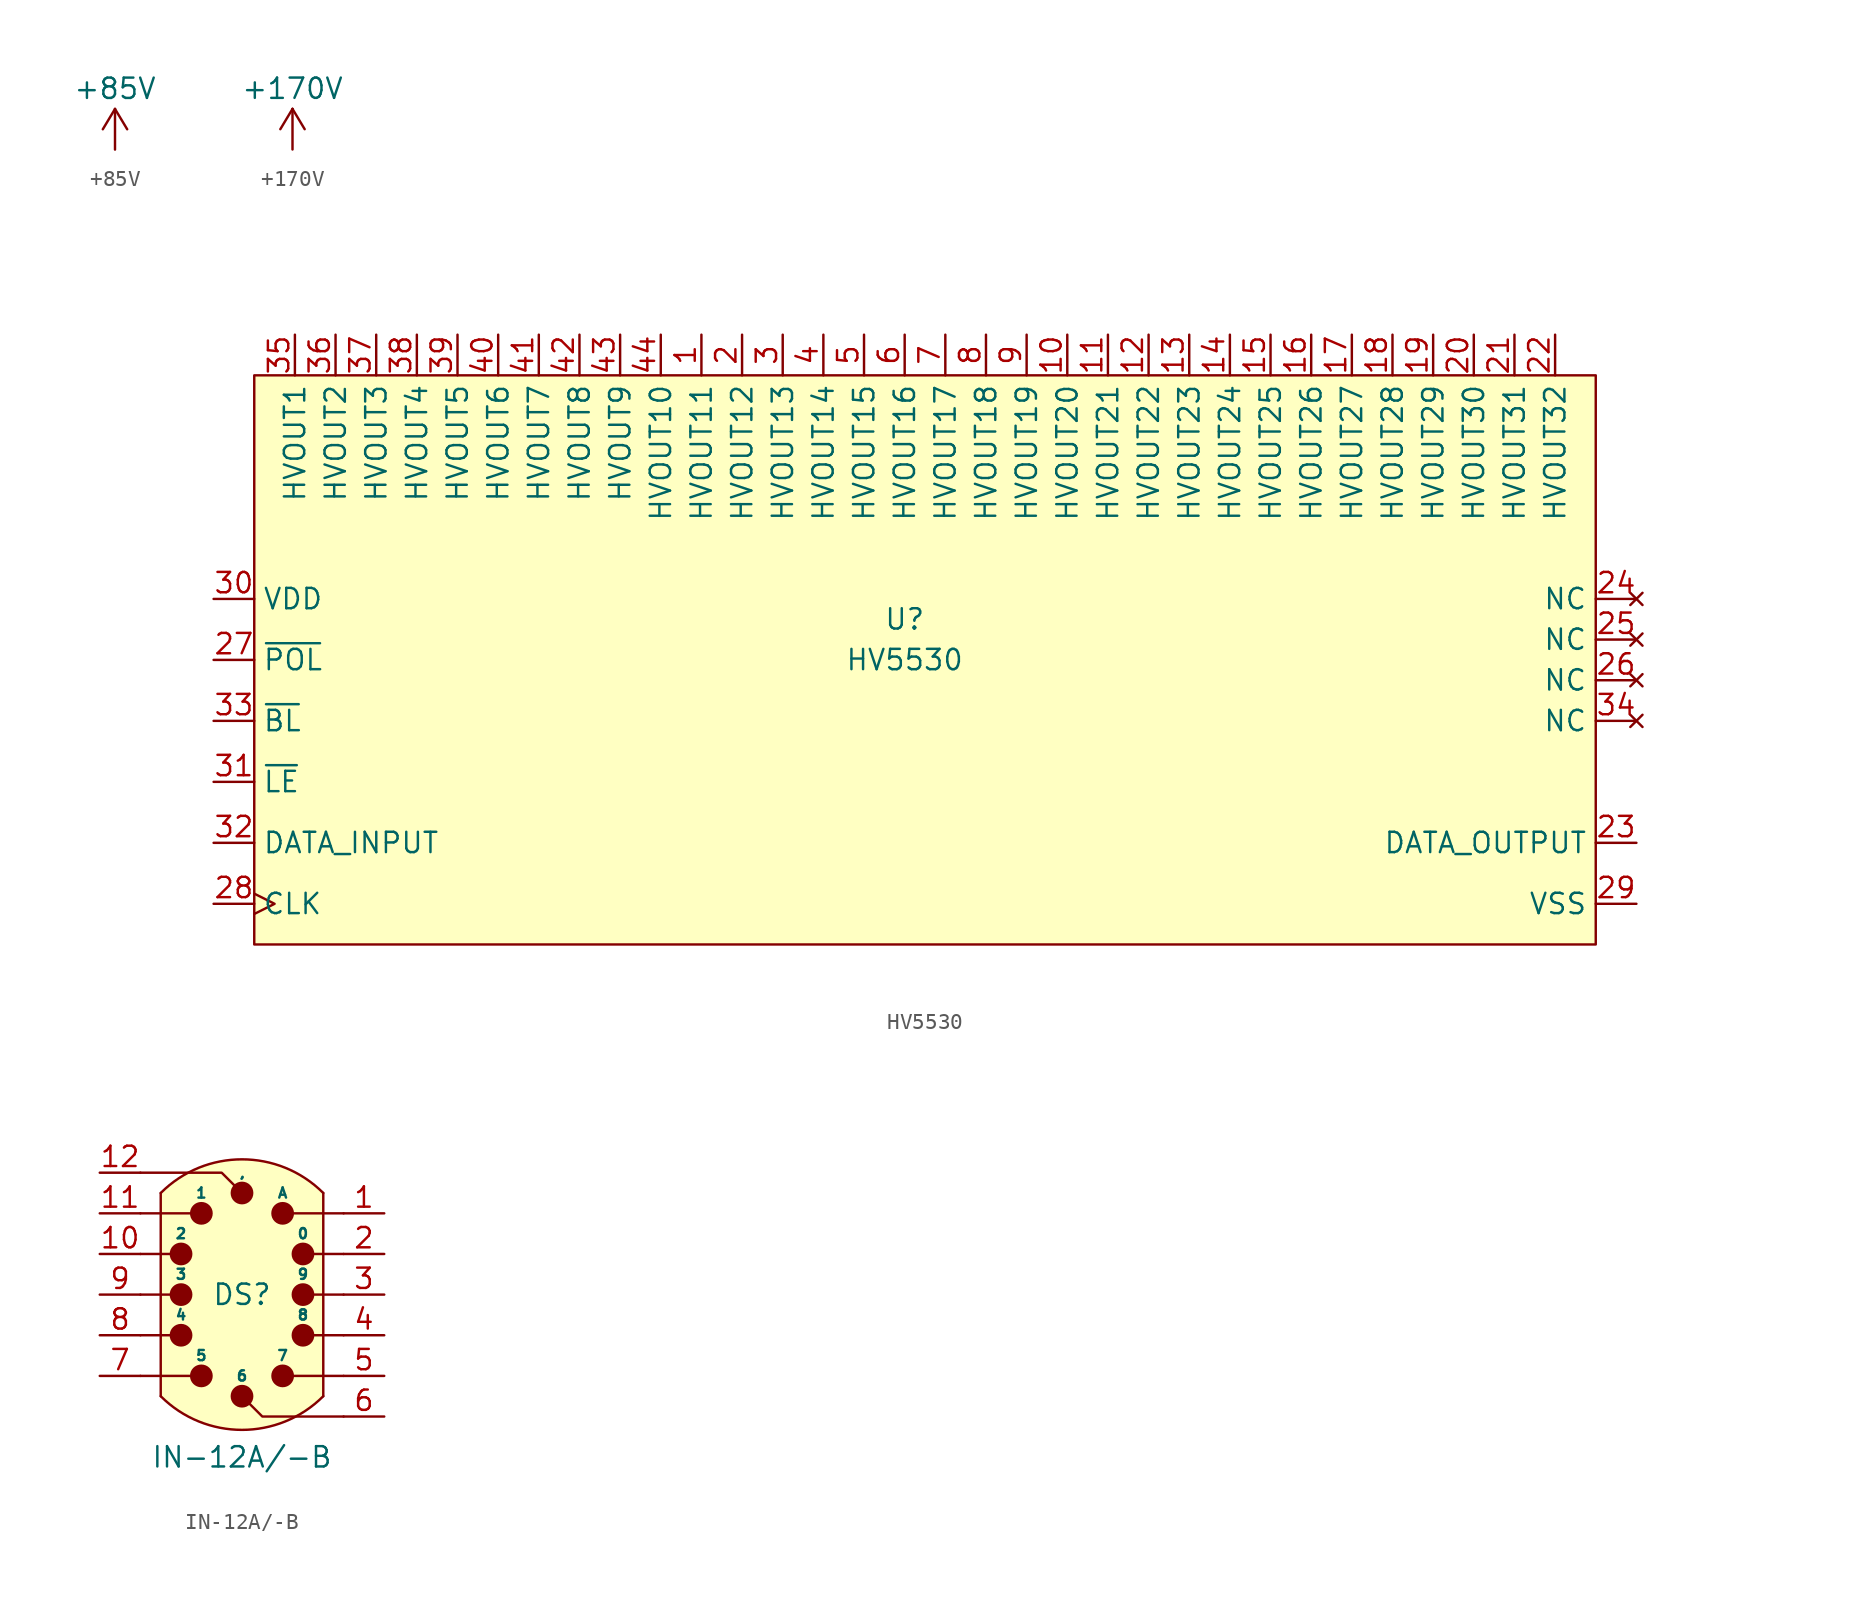
<source format=kicad_sym>
(kicad_symbol_lib
  (version 20220914)
  (generator kicad_symbol_editor)
  (symbol "+85V"
    (power)
    (pin_names
      (offset 0))
    (property "Reference" "#PWR"
      (at 0 -3.81 0)
      (effects (font (size 1.27 1.27)) hide))
    (property "Value" "+85V"
      (at 0 3.81 0)
      (effects (font (size 1.27 1.27))))
    (symbol "+85V_0_1"
      (polyline (pts (xy -0.762 1.27) (xy 0 2.54)) (stroke (width 0) (type default)) (fill (type none)))
      (polyline (pts (xy 0 0) (xy 0 2.54)) (stroke (width 0) (type default)) (fill (type none)))
      (polyline (pts (xy 0 2.54) (xy 0.762 1.27)) (stroke (width 0) (type default)) (fill (type none))))
    (symbol "+85V_1_1"
      (pin power_in line (at 0 0 90) (length 0) hide (name "+85V" (effects (font (size 1.27 1.27)))) (number "1" (effects (font (size 1.27 1.27)))))))
  (symbol "+170V"
    (power)
    (pin_names
      (offset 0))
    (property "Reference" "#PWR"
      (at 0 -3.81 0)
      (effects (font (size 1.27 1.27)) hide))
    (property "Value" "+170V"
      (at 0 3.81 0)
      (effects (font (size 1.27 1.27))))
    (symbol "+170V_0_1"
      (polyline (pts (xy -0.762 1.27) (xy 0 2.54)) (stroke (width 0) (type default)) (fill (type none)))
      (polyline (pts (xy 0 0) (xy 0 2.54)) (stroke (width 0) (type default)) (fill (type none)))
      (polyline (pts (xy 0 2.54) (xy 0.762 1.27)) (stroke (width 0) (type default)) (fill (type none))))
    (symbol "+170V_1_1"
      (pin power_in line (at 0 0 90) (length 0) hide (name "+170V" (effects (font (size 1.27 1.27)))) (number "1" (effects (font (size 1.27 1.27)))))))
  (symbol "HV5530"
    (property "Reference" "U"
      (at 0 2.54 0)
      (effects (font (size 1.27 1.27))))
    (property "Value" "HV5530"
      (at 0 0 0)
      (effects (font (size 1.27 1.27))))
    (symbol "HV5530_1_1"
      (rectangle (start -40.64 17.78) (end 43.18 -17.78) (stroke (width 0) (type default)) (fill (type background)))
      (pin open_collector line (at -12.7 20.32 270) (length 2.54) (name "HVOUT11" (effects (font (size 1.27 1.27)))) (number "1" (effects (font (size 1.27 1.27)))))
      (pin open_collector line (at 10.16 20.32 270) (length 2.54) (name "HVOUT20" (effects (font (size 1.27 1.27)))) (number "10" (effects (font (size 1.27 1.27)))))
      (pin open_collector line (at 12.7 20.32 270) (length 2.54) (name "HVOUT21" (effects (font (size 1.27 1.27)))) (number "11" (effects (font (size 1.27 1.27)))))
      (pin open_collector line (at 15.24 20.32 270) (length 2.54) (name "HVOUT22" (effects (font (size 1.27 1.27)))) (number "12" (effects (font (size 1.27 1.27)))))
      (pin open_collector line (at 17.78 20.32 270) (length 2.54) (name "HVOUT23" (effects (font (size 1.27 1.27)))) (number "13" (effects (font (size 1.27 1.27)))))
      (pin open_collector line (at 20.32 20.32 270) (length 2.54) (name "HVOUT24" (effects (font (size 1.27 1.27)))) (number "14" (effects (font (size 1.27 1.27)))))
      (pin open_collector line (at 22.86 20.32 270) (length 2.54) (name "HVOUT25" (effects (font (size 1.27 1.27)))) (number "15" (effects (font (size 1.27 1.27)))))
      (pin open_collector line (at 25.4 20.32 270) (length 2.54) (name "HVOUT26" (effects (font (size 1.27 1.27)))) (number "16" (effects (font (size 1.27 1.27)))))
      (pin open_collector line (at 27.94 20.32 270) (length 2.54) (name "HVOUT27" (effects (font (size 1.27 1.27)))) (number "17" (effects (font (size 1.27 1.27)))))
      (pin open_collector line (at 30.48 20.32 270) (length 2.54) (name "HVOUT28" (effects (font (size 1.27 1.27)))) (number "18" (effects (font (size 1.27 1.27)))))
      (pin open_collector line (at 33.02 20.32 270) (length 2.54) (name "HVOUT29" (effects (font (size 1.27 1.27)))) (number "19" (effects (font (size 1.27 1.27)))))
      (pin open_collector line (at -10.16 20.32 270) (length 2.54) (name "HVOUT12" (effects (font (size 1.27 1.27)))) (number "2" (effects (font (size 1.27 1.27)))))
      (pin open_collector line (at 35.56 20.32 270) (length 2.54) (name "HVOUT30" (effects (font (size 1.27 1.27)))) (number "20" (effects (font (size 1.27 1.27)))))
      (pin open_collector line (at 38.1 20.32 270) (length 2.54) (name "HVOUT31" (effects (font (size 1.27 1.27)))) (number "21" (effects (font (size 1.27 1.27)))))
      (pin open_collector line (at 40.64 20.32 270) (length 2.54) (name "HVOUT32" (effects (font (size 1.27 1.27)))) (number "22" (effects (font (size 1.27 1.27)))))
      (pin output line (at 45.72 -11.43 180) (length 2.54) (name "DATA_OUTPUT" (effects (font (size 1.27 1.27)))) (number "23" (effects (font (size 1.27 1.27)))))
      (pin no_connect line (at 45.72 3.81 180) (length 2.54) (name "NC" (effects (font (size 1.27 1.27)))) (number "24" (effects (font (size 1.27 1.27)))))
      (pin no_connect line (at 45.72 1.27 180) (length 2.54) (name "NC" (effects (font (size 1.27 1.27)))) (number "25" (effects (font (size 1.27 1.27)))))
      (pin no_connect line (at 45.72 -1.27 180) (length 2.54) (name "NC" (effects (font (size 1.27 1.27)))) (number "26" (effects (font (size 1.27 1.27)))))
      (pin input line (at -43.18 0 0) (length 2.54) (name "~{POL}" (effects (font (size 1.27 1.27)))) (number "27" (effects (font (size 1.27 1.27)))))
      (pin input clock (at -43.18 -15.24 0) (length 2.54) (name "CLK" (effects (font (size 1.27 1.27)))) (number "28" (effects (font (size 1.27 1.27)))))
      (pin power_out line (at 45.72 -15.24 180) (length 2.54) (name "VSS" (effects (font (size 1.27 1.27)))) (number "29" (effects (font (size 1.27 1.27)))))
      (pin open_collector line (at -7.62 20.32 270) (length 2.54) (name "HVOUT13" (effects (font (size 1.27 1.27)))) (number "3" (effects (font (size 1.27 1.27)))))
      (pin power_in line (at -43.18 3.81 0) (length 2.54) (name "VDD" (effects (font (size 1.27 1.27)))) (number "30" (effects (font (size 1.27 1.27)))))
      (pin input line (at -43.18 -7.62 0) (length 2.54) (name "~{LE}" (effects (font (size 1.27 1.27)))) (number "31" (effects (font (size 1.27 1.27)))))
      (pin input line (at -43.18 -11.43 0) (length 2.54) (name "DATA_INPUT" (effects (font (size 1.27 1.27)))) (number "32" (effects (font (size 1.27 1.27)))))
      (pin input line (at -43.18 -3.81 0) (length 2.54) (name "~{BL}" (effects (font (size 1.27 1.27)))) (number "33" (effects (font (size 1.27 1.27)))))
      (pin no_connect line (at 45.72 -3.81 180) (length 2.54) (name "NC" (effects (font (size 1.27 1.27)))) (number "34" (effects (font (size 1.27 1.27)))))
      (pin open_collector line (at -38.1 20.32 270) (length 2.54) (name "HVOUT1" (effects (font (size 1.27 1.27)))) (number "35" (effects (font (size 1.27 1.27)))))
      (pin open_collector line (at -35.56 20.32 270) (length 2.54) (name "HVOUT2" (effects (font (size 1.27 1.27)))) (number "36" (effects (font (size 1.27 1.27)))))
      (pin open_collector line (at -33.02 20.32 270) (length 2.54) (name "HVOUT3" (effects (font (size 1.27 1.27)))) (number "37" (effects (font (size 1.27 1.27)))))
      (pin open_collector line (at -30.48 20.32 270) (length 2.54) (name "HVOUT4" (effects (font (size 1.27 1.27)))) (number "38" (effects (font (size 1.27 1.27)))))
      (pin open_collector line (at -27.94 20.32 270) (length 2.54) (name "HVOUT5" (effects (font (size 1.27 1.27)))) (number "39" (effects (font (size 1.27 1.27)))))
      (pin open_collector line (at -5.08 20.32 270) (length 2.54) (name "HVOUT14" (effects (font (size 1.27 1.27)))) (number "4" (effects (font (size 1.27 1.27)))))
      (pin open_collector line (at -25.4 20.32 270) (length 2.54) (name "HVOUT6" (effects (font (size 1.27 1.27)))) (number "40" (effects (font (size 1.27 1.27)))))
      (pin open_collector line (at -22.86 20.32 270) (length 2.54) (name "HVOUT7" (effects (font (size 1.27 1.27)))) (number "41" (effects (font (size 1.27 1.27)))))
      (pin open_collector line (at -20.32 20.32 270) (length 2.54) (name "HVOUT8" (effects (font (size 1.27 1.27)))) (number "42" (effects (font (size 1.27 1.27)))))
      (pin open_collector line (at -17.78 20.32 270) (length 2.54) (name "HVOUT9" (effects (font (size 1.27 1.27)))) (number "43" (effects (font (size 1.27 1.27)))))
      (pin open_collector line (at -15.24 20.32 270) (length 2.54) (name "HVOUT10" (effects (font (size 1.27 1.27)))) (number "44" (effects (font (size 1.27 1.27)))))
      (pin open_collector line (at -2.54 20.32 270) (length 2.54) (name "HVOUT15" (effects (font (size 1.27 1.27)))) (number "5" (effects (font (size 1.27 1.27)))))
      (pin open_collector line (at 0 20.32 270) (length 2.54) (name "HVOUT16" (effects (font (size 1.27 1.27)))) (number "6" (effects (font (size 1.27 1.27)))))
      (pin open_collector line (at 2.54 20.32 270) (length 2.54) (name "HVOUT17" (effects (font (size 1.27 1.27)))) (number "7" (effects (font (size 1.27 1.27)))))
      (pin open_collector line (at 5.08 20.32 270) (length 2.54) (name "HVOUT18" (effects (font (size 1.27 1.27)))) (number "8" (effects (font (size 1.27 1.27)))))
      (pin open_collector line (at 7.62 20.32 270) (length 2.54) (name "HVOUT19" (effects (font (size 1.27 1.27)))) (number "9" (effects (font (size 1.27 1.27)))))))
  (symbol "IN-12A/-B"
    (property "Reference" "DS"
      (at 0 0 0)
      (effects (font (size 1.27 1.27))))
    (property "Value" "IN-12A/-B"
      (at 0 -10.16 0)
      (effects (font (size 1.27 1.27))))
    (symbol "IN-12A/-B_0_1"
      (polyline (pts (xy -5.08 6.35) (xy -5.08 -6.35)) (stroke (width 0) (type default)) (fill (type none)))
      (polyline (pts (xy 5.08 6.35) (xy 5.08 -6.35)) (stroke (width 0) (type default)) (fill (type none))))
    (symbol "IN-12A/-B_1_1"
      (arc (start -5.08 -6.35) (mid 0 -8.4542) (end 5.08 -6.35) (stroke (width 0) (type default)) (fill (type background)))
      (rectangle (start -5.08 6.35) (end 5.08 -6.35) (stroke (width -0.0001) (type default)) (fill (type background)))
      (circle (center -3.81 -2.54) (radius 0.635) (stroke (width 0) (type default)) (fill (type outline)))
      (circle (center -3.81 0) (radius 0.635) (stroke (width 0) (type default)) (fill (type outline)))
      (circle (center -3.81 2.54) (radius 0.635) (stroke (width 0) (type default)) (fill (type outline)))
      (circle (center -2.54 -5.08) (radius 0.635) (stroke (width 0) (type default)) (fill (type outline)))
      (circle (center -2.54 5.08) (radius 0.635) (stroke (width 0) (type default)) (fill (type outline)))
      (circle (center 0 -6.35) (radius 0.635) (stroke (width 0) (type default)) (fill (type outline)))
      (polyline (pts (xy -6.35 -5.08) (xy -2.54 -5.08)) (stroke (width 0) (type default)) (fill (type none)))
      (polyline (pts (xy -6.35 -2.54) (xy -3.81 -2.54)) (stroke (width 0) (type default)) (fill (type none)))
      (polyline (pts (xy -6.35 0) (xy -3.81 0)) (stroke (width 0) (type default)) (fill (type none)))
      (polyline (pts (xy -6.35 2.54) (xy -3.81 2.54)) (stroke (width 0) (type default)) (fill (type none)))
      (polyline (pts (xy -6.35 5.08) (xy -2.54 5.08)) (stroke (width 0) (type default)) (fill (type none)))
      (polyline (pts (xy 6.35 -5.08) (xy 2.54 -5.08)) (stroke (width 0) (type default)) (fill (type none)))
      (polyline (pts (xy 6.35 -2.54) (xy 3.81 -2.54)) (stroke (width 0) (type default)) (fill (type none)))
      (polyline (pts (xy 6.35 0) (xy 3.81 0)) (stroke (width 0) (type default)) (fill (type none)))
      (polyline (pts (xy 6.35 2.54) (xy 3.81 2.54)) (stroke (width 0) (type default)) (fill (type none)))
      (polyline (pts (xy 6.35 5.08) (xy 2.54 5.08)) (stroke (width 0) (type default)) (fill (type none)))
      (polyline (pts (xy -6.35 7.62) (xy -1.27 7.62) (xy 0 6.35)) (stroke (width 0) (type default)) (fill (type none)))
      (polyline (pts (xy 6.35 -7.62) (xy 1.27 -7.62) (xy 0 -6.35)) (stroke (width 0) (type default)) (fill (type none)))
      (circle (center 0 6.35) (radius 0.635) (stroke (width 0) (type default)) (fill (type outline)))
      (circle (center 2.54 -5.08) (radius 0.635) (stroke (width 0) (type default)) (fill (type outline)))
      (circle (center 2.54 5.08) (radius 0.635) (stroke (width 0) (type default)) (fill (type outline)))
      (circle (center 3.81 -2.54) (radius 0.635) (stroke (width 0) (type default)) (fill (type outline)))
      (circle (center 3.81 0) (radius 0.635) (stroke (width 0) (type default)) (fill (type outline)))
      (circle (center 3.81 2.54) (radius 0.635) (stroke (width 0) (type default)) (fill (type outline)))
      (arc (start 5.08 6.35) (mid 0 8.4542) (end -5.08 6.35) (stroke (width 0) (type default)) (fill (type background)))
      (text ",\n" (at 0 7.62 0) (effects (font (size 0.635 0.635) (color 1 97 95 1))))
      (text "0\n" (at 3.81 3.81 0) (effects (font (size 0.635 0.635) (color 1 97 95 1))))
      (text "1" (at -2.54 6.35 0) (effects (font (size 0.635 0.635) (color 1 97 95 1))))
      (text "2" (at -3.81 3.81 0) (effects (font (size 0.635 0.635) (color 1 97 95 1))))
      (text "3\n" (at -3.81 1.27 0) (effects (font (size 0.635 0.635) (color 1 97 95 1))))
      (text "4" (at -3.81 -1.27 0) (effects (font (size 0.635 0.635) (color 1 97 95 1))))
      (text "5\n" (at -2.54 -3.81 0) (effects (font (size 0.635 0.635) (color 1 97 95 1))))
      (text "6\n" (at 0 -5.08 0) (effects (font (size 0.635 0.635) (color 1 97 95 1))))
      (text "7" (at 2.54 -3.81 0) (effects (font (size 0.635 0.635) (color 1 97 95 1))))
      (text "8\n" (at 3.81 -1.27 0) (effects (font (size 0.635 0.635) (color 1 97 95 1))))
      (text "9\n" (at 3.81 1.27 0) (effects (font (size 0.635 0.635) (color 1 97 95 1))))
      (text "A\n" (at 2.54 6.35 0) (effects (font (size 0.635 0.635) (color 1 97 95 1))))
      (pin power_in line (at 8.89 5.08 180) (length 2.54) (name "" (effects (font (size 1.27 1.27)))) (number "1" (effects (font (size 1.27 1.27)))))
      (pin power_out line (at -8.89 2.54 0) (length 2.54) (name "" (effects (font (size 1.27 1.27)))) (number "10" (effects (font (size 1.27 1.27)))))
      (pin power_out line (at -8.89 5.08 0) (length 2.54) (name "" (effects (font (size 1.27 1.27)))) (number "11" (effects (font (size 1.27 1.27)))))
      (pin power_out line (at -8.89 7.62 0) (length 2.54) (name "" (effects (font (size 1.27 1.27)))) (number "12" (effects (font (size 1.27 1.27)))))
      (pin power_out line (at 8.89 2.54 180) (length 2.54) (name "" (effects (font (size 1.27 1.27)))) (number "2" (effects (font (size 1.27 1.27)))))
      (pin power_out line (at 8.89 0 180) (length 2.54) (name "" (effects (font (size 1.27 1.27)))) (number "3" (effects (font (size 1.27 1.27)))))
      (pin power_out line (at 8.89 -2.54 180) (length 2.54) (name "" (effects (font (size 1.27 1.27)))) (number "4" (effects (font (size 1.27 1.27)))))
      (pin power_out line (at 8.89 -5.08 180) (length 2.54) (name "" (effects (font (size 1.27 1.27)))) (number "5" (effects (font (size 1.27 1.27)))))
      (pin power_out line (at 8.89 -7.62 180) (length 2.54) (name "" (effects (font (size 1.27 1.27)))) (number "6" (effects (font (size 1.27 1.27)))))
      (pin power_out line (at -8.89 -5.08 0) (length 2.54) (name "" (effects (font (size 1.27 1.27)))) (number "7" (effects (font (size 1.27 1.27)))))
      (pin power_out line (at -8.89 -2.54 0) (length 2.54) (name "" (effects (font (size 1.27 1.27)))) (number "8" (effects (font (size 1.27 1.27)))))
      (pin power_out line (at -8.89 0 0) (length 2.54) (name "" (effects (font (size 1.27 1.27)))) (number "9" (effects (font (size 1.27 1.27))))))))
</source>
